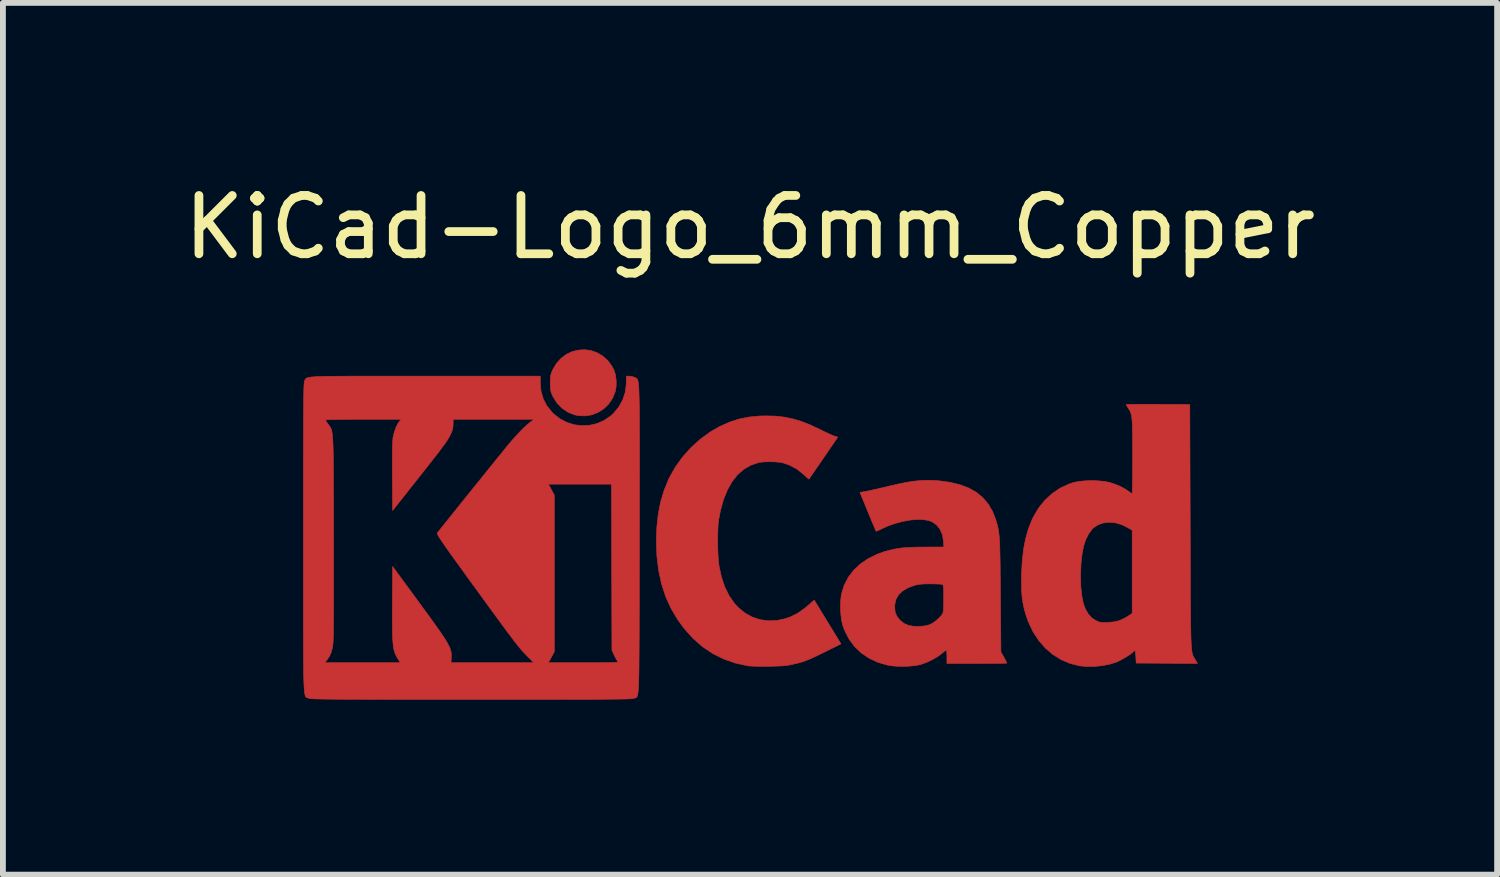
<source format=kicad_pcb>
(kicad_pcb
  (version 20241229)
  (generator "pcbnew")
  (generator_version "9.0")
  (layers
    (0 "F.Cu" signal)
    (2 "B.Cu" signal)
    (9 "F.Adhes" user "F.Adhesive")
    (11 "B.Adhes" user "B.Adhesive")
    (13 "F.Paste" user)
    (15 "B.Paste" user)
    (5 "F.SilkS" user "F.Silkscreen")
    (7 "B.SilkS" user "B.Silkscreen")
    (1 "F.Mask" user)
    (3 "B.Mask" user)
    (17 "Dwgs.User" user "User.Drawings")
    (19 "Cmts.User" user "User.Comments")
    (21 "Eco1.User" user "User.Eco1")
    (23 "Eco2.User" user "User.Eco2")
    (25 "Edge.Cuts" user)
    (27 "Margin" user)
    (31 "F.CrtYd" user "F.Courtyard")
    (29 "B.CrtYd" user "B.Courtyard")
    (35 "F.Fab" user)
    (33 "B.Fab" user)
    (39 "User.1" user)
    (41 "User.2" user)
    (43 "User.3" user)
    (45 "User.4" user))
  (footprint "KiCad-Logo_6mm_Copper"
    (layer "F.Cu")
    (at 9.815 5.928)
    (property "Reference" "KiCad-Logo_6mm_Copper" (at 0 -5.08 0) (layer "F.SilkS") (effects (font (size 1 1) (thickness 0.15))))
    (attr exclude_from_pos_files exclude_from_bom)
    (fp_poly (pts (xy -2.726 -2.964) (xy -2.623 -2.928) (xy -2.527 -2.871) (xy -2.441 -2.795) (xy -2.369 -2.697) (xy -2.336 -2.636) (xy -2.308 -2.55) (xy -2.295 -2.451) (xy -2.296 -2.35) (xy -2.313 -2.257) (xy -2.359 -2.145) (xy -2.425 -2.047) (xy -2.509 -1.966) (xy -2.606 -1.904) (xy -2.714 -1.862) (xy -2.829 -1.844) (xy -2.948 -1.849) (xy -3.007 -1.862) (xy -3.121 -1.906) (xy -3.222 -1.974) (xy -3.309 -2.063) (xy -3.377 -2.171) (xy -3.383 -2.183) (xy -3.403 -2.227) (xy -3.415 -2.265) (xy -3.422 -2.304) (xy -3.425 -2.355) (xy -3.426 -2.41) (xy -3.425 -2.476) (xy -3.421 -2.523) (xy -3.413 -2.562) (xy -3.399 -2.6) (xy -3.382 -2.639) (xy -3.318 -2.747) (xy -3.238 -2.834) (xy -3.147 -2.901) (xy -3.047 -2.948) (xy -2.941 -2.973) (xy -2.833 -2.979) (xy -2.726 -2.964)) (stroke (width 0.01) (type solid)) (fill yes) (layer "F.Cu"))
    (fp_poly (pts (xy 0.44 -1.84) (xy 0.588 -1.823) (xy 0.731 -1.794) (xy 0.876 -1.751) (xy 1.028 -1.692) (xy 1.192 -1.615) (xy 1.222 -1.6) (xy 1.29 -1.567) (xy 1.354 -1.537) (xy 1.408 -1.513) (xy 1.446 -1.498) (xy 1.451 -1.496) (xy 1.506 -1.48) (xy 1.26 -1.121) (xy 1.2 -1.033) (xy 1.144 -0.953) (xy 1.096 -0.883) (xy 1.057 -0.826) (xy 1.029 -0.785) (xy 1.013 -0.763) (xy 1.011 -0.759) (xy 1 -0.767) (xy 0.975 -0.789) (xy 0.939 -0.823) (xy 0.919 -0.841) (xy 0.806 -0.931) (xy 0.679 -0.999) (xy 0.57 -1.037) (xy 0.504 -1.049) (xy 0.422 -1.056) (xy 0.333 -1.058) (xy 0.247 -1.056) (xy 0.173 -1.048) (xy 0.144 -1.043) (xy 0.011 -0.997) (xy -0.108 -0.927) (xy -0.215 -0.834) (xy -0.308 -0.716) (xy -0.387 -0.575) (xy -0.454 -0.411) (xy -0.506 -0.223) (xy -0.537 -0.062) (xy -0.546 0.009) (xy -0.551 0.101) (xy -0.554 0.207) (xy -0.555 0.32) (xy -0.553 0.435) (xy -0.548 0.544) (xy -0.542 0.64) (xy -0.533 0.718) (xy -0.531 0.73) (xy -0.489 0.923) (xy -0.431 1.094) (xy -0.357 1.243) (xy -0.267 1.372) (xy -0.203 1.442) (xy -0.089 1.536) (xy 0.037 1.606) (xy 0.172 1.651) (xy 0.313 1.671) (xy 0.459 1.666) (xy 0.608 1.634) (xy 0.696 1.603) (xy 0.818 1.542) (xy 0.943 1.453) (xy 1.013 1.393) (xy 1.053 1.358) (xy 1.084 1.332) (xy 1.101 1.32) (xy 1.104 1.32) (xy 1.112 1.332) (xy 1.132 1.366) (xy 1.163 1.416) (xy 1.203 1.482) (xy 1.251 1.56) (xy 1.304 1.647) (xy 1.334 1.696) (xy 1.56 2.067) (xy 1.278 2.207) (xy 1.176 2.257) (xy 1.093 2.296) (xy 1.025 2.327) (xy 0.966 2.351) (xy 0.911 2.371) (xy 0.855 2.388) (xy 0.794 2.403) (xy 0.735 2.417) (xy 0.682 2.428) (xy 0.627 2.437) (xy 0.565 2.443) (xy 0.488 2.447) (xy 0.394 2.45) (xy 0.33 2.451) (xy 0.238 2.452) (xy 0.151 2.451) (xy 0.073 2.45) (xy 0.01 2.447) (xy -0.032 2.444) (xy -0.034 2.443) (xy -0.25 2.396) (xy -0.452 2.326) (xy -0.642 2.231) (xy -0.818 2.112) (xy -0.98 1.969) (xy -1.129 1.803) (xy -1.238 1.654) (xy -1.353 1.461) (xy -1.446 1.256) (xy -1.517 1.038) (xy -1.567 0.807) (xy -1.597 0.56) (xy -1.606 0.309) (xy -1.598 0.066) (xy -1.574 -0.158) (xy -1.533 -0.368) (xy -1.474 -0.565) (xy -1.396 -0.756) (xy -1.387 -0.776) (xy -1.284 -0.96) (xy -1.159 -1.135) (xy -1.013 -1.298) (xy -0.851 -1.445) (xy -0.676 -1.572) (xy -0.514 -1.665) (xy -0.349 -1.738) (xy -0.185 -1.791) (xy -0.013 -1.825) (xy 0.171 -1.842) (xy 0.281 -1.844) (xy 0.44 -1.84)) (stroke (width 0.01) (type solid)) (fill yes) (layer "F.Cu"))
    (fp_poly (pts (xy 6.842 -2.043) (xy 6.959 -2.043) (xy 6.999 -2.042) (xy 7.544 -2.039) (xy 7.551 0.055) (xy 7.552 0.339) (xy 7.553 0.597) (xy 7.554 0.83) (xy 7.555 1.039) (xy 7.555 1.227) (xy 7.556 1.393) (xy 7.557 1.54) (xy 7.559 1.669) (xy 7.56 1.782) (xy 7.562 1.879) (xy 7.564 1.961) (xy 7.567 2.031) (xy 7.57 2.09) (xy 7.574 2.138) (xy 7.578 2.177) (xy 7.582 2.209) (xy 7.588 2.235) (xy 7.594 2.257) (xy 7.601 2.274) (xy 7.609 2.29) (xy 7.618 2.305) (xy 7.627 2.32) (xy 7.638 2.337) (xy 7.64 2.341) (xy 7.676 2.403) (xy 7.15 2.399) (xy 6.625 2.396) (xy 6.618 2.28) (xy 6.614 2.225) (xy 6.61 2.193) (xy 6.605 2.18) (xy 6.597 2.183) (xy 6.59 2.19) (xy 6.561 2.217) (xy 6.514 2.251) (xy 6.456 2.289) (xy 6.392 2.326) (xy 6.33 2.359) (xy 6.283 2.38) (xy 6.171 2.415) (xy 6.044 2.44) (xy 5.909 2.454) (xy 5.777 2.455) (xy 5.656 2.444) (xy 5.654 2.444) (xy 5.49 2.402) (xy 5.335 2.336) (xy 5.193 2.247) (xy 5.065 2.137) (xy 4.951 2.006) (xy 4.854 1.856) (xy 4.775 1.689) (xy 4.731 1.565) (xy 4.703 1.462) (xy 4.682 1.361) (xy 4.667 1.258) (xy 4.659 1.146) (xy 4.656 1.019) (xy 4.658 0.915) (xy 5.671 0.915) (xy 5.675 1.089) (xy 5.691 1.239) (xy 5.716 1.366) (xy 5.754 1.471) (xy 5.803 1.555) (xy 5.864 1.621) (xy 5.934 1.668) (xy 5.971 1.685) (xy 6.003 1.695) (xy 6.038 1.7) (xy 6.086 1.701) (xy 6.137 1.699) (xy 6.238 1.69) (xy 6.318 1.672) (xy 6.343 1.664) (xy 6.4 1.638) (xy 6.461 1.605) (xy 6.487 1.589) (xy 6.556 1.544) (xy 6.556 0.117) (xy 6.48 0.072) (xy 6.375 0.021) (xy 6.268 -0.01) (xy 6.162 -0.019) (xy 6.061 -0.008) (xy 5.97 0.023) (xy 5.893 0.075) (xy 5.868 0.099) (xy 5.808 0.181) (xy 5.759 0.279) (xy 5.721 0.396) (xy 5.695 0.533) (xy 5.678 0.692) (xy 5.671 0.876) (xy 5.671 0.915) (xy 4.658 0.915) (xy 4.658 0.872) (xy 4.67 0.646) (xy 4.693 0.442) (xy 4.729 0.258) (xy 4.777 0.089) (xy 4.839 -0.066) (xy 4.861 -0.112) (xy 4.95 -0.262) (xy 5.058 -0.396) (xy 5.182 -0.51) (xy 5.319 -0.604) (xy 5.468 -0.674) (xy 5.557 -0.703) (xy 5.644 -0.72) (xy 5.749 -0.73) (xy 5.863 -0.734) (xy 5.977 -0.73) (xy 6.083 -0.719) (xy 6.167 -0.703) (xy 6.268 -0.67) (xy 6.366 -0.628) (xy 6.451 -0.58) (xy 6.497 -0.548) (xy 6.528 -0.525) (xy 6.55 -0.51) (xy 6.555 -0.508) (xy 6.557 -0.521) (xy 6.558 -0.559) (xy 6.559 -0.619) (xy 6.561 -0.699) (xy 6.562 -0.795) (xy 6.562 -0.906) (xy 6.563 -1.027) (xy 6.563 -1.151) (xy 6.563 -1.31) (xy 6.562 -1.444) (xy 6.561 -1.555) (xy 6.56 -1.647) (xy 6.557 -1.721) (xy 6.553 -1.781) (xy 6.548 -1.829) (xy 6.54 -1.867) (xy 6.531 -1.898) (xy 6.52 -1.925) (xy 6.507 -1.949) (xy 6.49 -1.975) (xy 6.488 -1.978) (xy 6.467 -2.011) (xy 6.455 -2.034) (xy 6.453 -2.039) (xy 6.466 -2.04) (xy 6.504 -2.041) (xy 6.563 -2.042) (xy 6.642 -2.043) (xy 6.735 -2.043) (xy 6.842 -2.043)) (stroke (width 0.01) (type solid)) (fill yes) (layer "F.Cu"))
    (fp_poly (pts (xy 3.168 -0.736) (xy 3.236 -0.731) (xy 3.43 -0.705) (xy 3.603 -0.663) (xy 3.753 -0.606) (xy 3.884 -0.532) (xy 3.994 -0.441) (xy 4.086 -0.333) (xy 4.16 -0.206) (xy 4.214 -0.069) (xy 4.227 -0.025) (xy 4.239 0.016) (xy 4.249 0.057) (xy 4.258 0.099) (xy 4.266 0.145) (xy 4.272 0.196) (xy 4.277 0.257) (xy 4.281 0.327) (xy 4.285 0.411) (xy 4.287 0.509) (xy 4.29 0.624) (xy 4.292 0.759) (xy 4.293 0.915) (xy 4.295 1.095) (xy 4.296 1.236) (xy 4.304 2.204) (xy 4.356 2.297) (xy 4.38 2.342) (xy 4.398 2.377) (xy 4.407 2.395) (xy 4.407 2.396) (xy 4.394 2.398) (xy 4.356 2.399) (xy 4.297 2.4) (xy 4.22 2.401) (xy 4.127 2.402) (xy 4.021 2.402) (xy 3.906 2.403) (xy 3.892 2.403) (xy 3.378 2.403) (xy 3.378 2.286) (xy 3.377 2.233) (xy 3.374 2.193) (xy 3.371 2.171) (xy 3.369 2.169) (xy 3.356 2.178) (xy 3.328 2.2) (xy 3.291 2.231) (xy 3.29 2.231) (xy 3.224 2.281) (xy 3.14 2.331) (xy 3.048 2.376) (xy 2.957 2.411) (xy 2.918 2.423) (xy 2.838 2.439) (xy 2.741 2.448) (xy 2.635 2.453) (xy 2.528 2.451) (xy 2.43 2.443) (xy 2.362 2.432) (xy 2.194 2.383) (xy 2.042 2.312) (xy 1.909 2.222) (xy 1.794 2.112) (xy 1.699 1.984) (xy 1.625 1.839) (xy 1.592 1.751) (xy 1.572 1.665) (xy 1.559 1.562) (xy 1.553 1.451) (xy 1.553 1.435) (xy 2.482 1.435) (xy 2.489 1.517) (xy 2.515 1.586) (xy 2.562 1.649) (xy 2.581 1.668) (xy 2.645 1.718) (xy 2.72 1.75) (xy 2.81 1.766) (xy 2.904 1.767) (xy 2.994 1.759) (xy 3.062 1.744) (xy 3.092 1.733) (xy 3.145 1.703) (xy 3.202 1.66) (xy 3.254 1.612) (xy 3.293 1.566) (xy 3.303 1.549) (xy 3.311 1.526) (xy 3.317 1.488) (xy 3.32 1.433) (xy 3.322 1.357) (xy 3.323 1.284) (xy 3.322 1.199) (xy 3.321 1.138) (xy 3.319 1.096) (xy 3.315 1.07) (xy 3.309 1.055) (xy 3.301 1.048) (xy 3.299 1.046) (xy 3.276 1.043) (xy 3.233 1.04) (xy 3.173 1.038) (xy 3.104 1.037) (xy 3.089 1.037) (xy 2.997 1.038) (xy 2.925 1.043) (xy 2.869 1.051) (xy 2.822 1.062) (xy 2.706 1.106) (xy 2.615 1.16) (xy 2.548 1.225) (xy 2.504 1.302) (xy 2.484 1.391) (xy 2.482 1.435) (xy 1.553 1.435) (xy 1.554 1.342) (xy 1.564 1.245) (xy 1.571 1.205) (xy 1.617 1.059) (xy 1.687 0.924) (xy 1.78 0.802) (xy 1.895 0.695) (xy 2.03 0.603) (xy 2.183 0.528) (xy 2.313 0.482) (xy 2.401 0.459) (xy 2.484 0.44) (xy 2.569 0.426) (xy 2.661 0.416) (xy 2.765 0.41) (xy 2.888 0.407) (xy 2.998 0.406) (xy 3.326 0.405) (xy 3.319 0.307) (xy 3.302 0.2) (xy 3.264 0.108) (xy 3.207 0.033) (xy 3.134 -0.022) (xy 3.07 -0.048) (xy 2.977 -0.065) (xy 2.867 -0.068) (xy 2.745 -0.057) (xy 2.615 -0.033) (xy 2.483 0.003) (xy 2.354 0.049) (xy 2.261 0.092) (xy 2.216 0.114) (xy 2.181 0.129) (xy 2.164 0.135) (xy 2.163 0.135) (xy 2.157 0.121) (xy 2.142 0.086) (xy 2.119 0.032) (xy 2.09 -0.037) (xy 2.056 -0.118) (xy 2.022 -0.201) (xy 1.886 -0.532) (xy 1.983 -0.548) (xy 2.025 -0.556) (xy 2.088 -0.57) (xy 2.167 -0.587) (xy 2.257 -0.608) (xy 2.351 -0.63) (xy 2.389 -0.64) (xy 2.552 -0.677) (xy 2.694 -0.706) (xy 2.822 -0.725) (xy 2.939 -0.736) (xy 3.053 -0.74) (xy 3.168 -0.736)) (stroke (width 0.01) (type solid)) (fill yes) (layer "F.Cu"))
    (fp_poly (pts (xy -5.956 -2.526) (xy -5.691 -2.526) (xy -5.568 -2.526) (xy -3.597 -2.526) (xy -3.597 -2.41) (xy -3.585 -2.269) (xy -3.547 -2.138) (xy -3.485 -2.018) (xy -3.396 -1.907) (xy -3.366 -1.877) (xy -3.258 -1.793) (xy -3.14 -1.731) (xy -3.013 -1.692) (xy -2.883 -1.676) (xy -2.752 -1.683) (xy -2.625 -1.712) (xy -2.504 -1.765) (xy -2.393 -1.84) (xy -2.343 -1.886) (xy -2.25 -1.997) (xy -2.182 -2.12) (xy -2.139 -2.252) (xy -2.122 -2.392) (xy -2.122 -2.406) (xy -2.121 -2.526) (xy -2.068 -2.526) (xy -2.022 -2.52) (xy -1.979 -2.504) (xy -1.976 -2.503) (xy -1.966 -2.498) (xy -1.957 -2.494) (xy -1.949 -2.49) (xy -1.942 -2.485) (xy -1.935 -2.477) (xy -1.929 -2.467) (xy -1.924 -2.451) (xy -1.919 -2.43) (xy -1.915 -2.402) (xy -1.911 -2.366) (xy -1.908 -2.321) (xy -1.905 -2.266) (xy -1.903 -2.199) (xy -1.901 -2.12) (xy -1.899 -2.027) (xy -1.898 -1.919) (xy -1.897 -1.795) (xy -1.897 -1.654) (xy -1.896 -1.495) (xy -1.896 -1.317) (xy -1.896 -1.118) (xy -1.896 -0.897) (xy -1.897 -0.654) (xy -1.897 -0.386) (xy -1.897 -0.094) (xy -1.898 0.224) (xy -1.898 0.263) (xy -1.898 0.584) (xy -1.899 0.878) (xy -1.899 1.147) (xy -1.899 1.392) (xy -1.9 1.614) (xy -1.9 1.814) (xy -1.901 1.994) (xy -1.902 2.154) (xy -1.903 2.296) (xy -1.904 2.421) (xy -1.905 2.529) (xy -1.907 2.623) (xy -1.909 2.702) (xy -1.911 2.769) (xy -1.914 2.825) (xy -1.918 2.87) (xy -1.921 2.906) (xy -1.926 2.934) (xy -1.931 2.954) (xy -1.936 2.969) (xy -1.942 2.979) (xy -1.949 2.986) (xy -1.956 2.99) (xy -1.965 2.993) (xy -1.974 2.995) (xy -1.983 2.999) (xy -1.986 3) (xy -1.993 3.002) (xy -2.006 3.005) (xy -2.025 3.007) (xy -2.051 3.009) (xy -2.085 3.01) (xy -2.129 3.012) (xy -2.184 3.013) (xy -2.25 3.014) (xy -2.329 3.015) (xy -2.422 3.016) (xy -2.53 3.017) (xy -2.654 3.018) (xy -2.795 3.019) (xy -2.955 3.019) (xy -3.134 3.019) (xy -3.333 3.02) (xy -3.554 3.02) (xy -3.798 3.02) (xy -4.066 3.02) (xy -4.358 3.02) (xy -4.677 3.02) (xy -4.78 3.02) (xy -5.106 3.02) (xy -5.405 3.02) (xy -5.679 3.02) (xy -5.929 3.02) (xy -6.156 3.02) (xy -6.361 3.019) (xy -6.545 3.019) (xy -6.71 3.018) (xy -6.856 3.018) (xy -6.984 3.017) (xy -7.097 3.016) (xy -7.194 3.015) (xy -7.277 3.014) (xy -7.347 3.013) (xy -7.405 3.012) (xy -7.453 3.011) (xy -7.491 3.009) (xy -7.52 3.007) (xy -7.542 3.005) (xy -7.558 3.003) (xy -7.569 3.001) (xy -7.574 2.998) (xy -7.585 2.994) (xy -7.594 2.991) (xy -7.603 2.988) (xy -7.611 2.983) (xy -7.618 2.977) (xy -7.624 2.967) (xy -7.63 2.952) (xy -7.635 2.932) (xy -7.64 2.905) (xy -7.644 2.87) (xy -7.647 2.826) (xy -7.65 2.772) (xy -7.653 2.706) (xy -7.655 2.628) (xy -7.657 2.536) (xy -7.658 2.43) (xy -7.658 2.389) (xy -7.292 2.389) (xy -5.997 2.389) (xy -6.022 2.351) (xy -6.046 2.312) (xy -6.067 2.275) (xy -6.085 2.238) (xy -6.099 2.197) (xy -6.111 2.15) (xy -6.119 2.094) (xy -6.126 2.028) (xy -6.13 1.948) (xy -6.133 1.852) (xy -6.135 1.736) (xy -6.135 1.6) (xy -6.134 1.439) (xy -6.134 1.379) (xy -6.13 0.74) (xy -5.725 1.291) (xy -5.611 1.448) (xy -5.511 1.584) (xy -5.426 1.702) (xy -5.354 1.803) (xy -5.294 1.889) (xy -5.245 1.963) (xy -5.206 2.025) (xy -5.177 2.078) (xy -5.154 2.123) (xy -5.139 2.163) (xy -5.129 2.198) (xy -5.124 2.231) (xy -5.123 2.264) (xy -5.123 2.299) (xy -5.124 2.303) (xy -5.128 2.389) (xy -3.709 2.389) (xy -3.814 2.283) (xy -3.843 2.253) (xy -3.87 2.225) (xy -3.897 2.196) (xy -3.925 2.165) (xy -3.955 2.129) (xy -3.988 2.088) (xy -4.026 2.041) (xy -4.069 1.984) (xy -4.119 1.917) (xy -4.178 1.839) (xy -4.245 1.748) (xy -4.323 1.641) (xy -4.413 1.518) (xy -4.516 1.378) (xy -4.632 1.217) (xy -4.728 1.086) (xy -4.848 0.921) (xy -4.952 0.776) (xy -5.043 0.651) (xy -5.12 0.544) (xy -5.184 0.454) (xy -5.237 0.379) (xy -5.279 0.317) (xy -5.312 0.269) (xy -5.336 0.231) (xy -5.352 0.203) (xy -5.362 0.184) (xy -5.365 0.172) (xy -5.364 0.165) (xy -5.351 0.148) (xy -5.322 0.112) (xy -5.279 0.058) (xy -5.225 -0.01) (xy -5.16 -0.091) (xy -5.086 -0.183) (xy -5.006 -0.283) (xy -4.921 -0.389) (xy -4.832 -0.499) (xy -4.742 -0.611) (xy -4.692 -0.673) (xy -3.459 -0.673) (xy -3.408 -0.58) (xy -3.357 -0.487) (xy -3.357 2.204) (xy -3.408 2.296) (xy -3.459 2.389) (xy -2.853 2.389) (xy -2.709 2.389) (xy -2.589 2.389) (xy -2.493 2.388) (xy -2.417 2.388) (xy -2.359 2.386) (xy -2.317 2.385) (xy -2.289 2.382) (xy -2.273 2.379) (xy -2.266 2.375) (xy -2.265 2.37) (xy -2.269 2.365) (xy -2.27 2.365) (xy -2.287 2.34) (xy -2.31 2.299) (xy -2.33 2.258) (xy -2.368 2.176) (xy -2.376 -0.673) (xy -3.459 -0.673) (xy -4.692 -0.673) (xy -4.651 -0.723) (xy -4.563 -0.832) (xy -4.479 -0.937) (xy -4.4 -1.035) (xy -4.328 -1.124) (xy -4.264 -1.202) (xy -4.212 -1.267) (xy -4.172 -1.317) (xy -4.148 -1.346) (xy -4.056 -1.453) (xy -3.968 -1.55) (xy -3.886 -1.634) (xy -3.814 -1.701) (xy -3.763 -1.741) (xy -3.703 -1.785) (xy -5.092 -1.785) (xy -5.092 -1.703) (xy -5.096 -1.643) (xy -5.11 -1.588) (xy -5.133 -1.535) (xy -5.148 -1.505) (xy -5.163 -1.476) (xy -5.182 -1.445) (xy -5.204 -1.41) (xy -5.232 -1.369) (xy -5.267 -1.322) (xy -5.31 -1.264) (xy -5.362 -1.195) (xy -5.426 -1.113) (xy -5.503 -1.015) (xy -5.593 -0.9) (xy -5.7 -0.765) (xy -5.712 -0.75) (xy -6.13 -0.221) (xy -6.134 -0.807) (xy -6.135 -0.983) (xy -6.135 -1.131) (xy -6.134 -1.254) (xy -6.132 -1.35) (xy -6.128 -1.421) (xy -6.124 -1.467) (xy -6.123 -1.475) (xy -6.101 -1.567) (xy -6.071 -1.649) (xy -6.038 -1.716) (xy -6.018 -1.744) (xy -5.984 -1.785) (xy -6.638 -1.785) (xy -6.794 -1.785) (xy -6.924 -1.784) (xy -7.031 -1.784) (xy -7.116 -1.782) (xy -7.182 -1.781) (xy -7.229 -1.779) (xy -7.26 -1.776) (xy -7.277 -1.773) (xy -7.282 -1.769) (xy -7.282 -1.768) (xy -7.268 -1.747) (xy -7.245 -1.714) (xy -7.233 -1.697) (xy -7.22 -1.68) (xy -7.209 -1.665) (xy -7.199 -1.65) (xy -7.19 -1.635) (xy -7.183 -1.616) (xy -7.176 -1.593) (xy -7.17 -1.565) (xy -7.165 -1.53) (xy -7.161 -1.486) (xy -7.157 -1.432) (xy -7.154 -1.367) (xy -7.151 -1.288) (xy -7.149 -1.196) (xy -7.148 -1.087) (xy -7.147 -0.961) (xy -7.146 -0.816) (xy -7.145 -0.651) (xy -7.144 -0.464) (xy -7.144 -0.253) (xy -7.143 -0.018) (xy -7.143 0.198) (xy -7.142 0.439) (xy -7.142 0.668) (xy -7.142 0.885) (xy -7.142 1.089) (xy -7.142 1.276) (xy -7.143 1.447) (xy -7.144 1.6) (xy -7.145 1.732) (xy -7.146 1.844) (xy -7.148 1.932) (xy -7.149 1.996) (xy -7.151 2.035) (xy -7.151 2.039) (xy -7.163 2.132) (xy -7.182 2.207) (xy -7.211 2.273) (xy -7.253 2.337) (xy -7.258 2.344) (xy -7.292 2.389) (xy -7.658 2.389) (xy -7.659 2.307) (xy -7.66 2.168) (xy -7.66 2.011) (xy -7.661 1.834) (xy -7.661 1.636) (xy -7.661 1.418) (xy -7.661 1.176) (xy -7.661 0.911) (xy -7.661 0.62) (xy -7.661 0.304) (xy -7.661 0.241) (xy -7.661 -0.079) (xy -7.661 -0.372) (xy -7.661 -0.641) (xy -7.661 -0.885) (xy -7.661 -1.106) (xy -7.66 -1.305) (xy -7.66 -1.484) (xy -7.659 -1.643) (xy -7.659 -1.784) (xy -7.658 -1.907) (xy -7.657 -2.015) (xy -7.656 -2.107) (xy -7.655 -2.185) (xy -7.654 -2.25) (xy -7.653 -2.304) (xy -7.651 -2.347) (xy -7.649 -2.381) (xy -7.647 -2.406) (xy -7.645 -2.425) (xy -7.643 -2.437) (xy -7.64 -2.444) (xy -7.64 -2.444) (xy -7.635 -2.455) (xy -7.631 -2.466) (xy -7.626 -2.475) (xy -7.62 -2.483) (xy -7.61 -2.49) (xy -7.596 -2.496) (xy -7.576 -2.502) (xy -7.549 -2.507) (xy -7.514 -2.511) (xy -7.469 -2.515) (xy -7.413 -2.518) (xy -7.345 -2.52) (xy -7.263 -2.522) (xy -7.166 -2.523) (xy -7.052 -2.524) (xy -6.921 -2.525) (xy -6.771 -2.526) (xy -6.601 -2.526) (xy -6.409 -2.526) (xy -6.195 -2.526) (xy -5.956 -2.526)) (stroke (width 0.01) (type solid)) (fill yes) (layer "F.Cu")))
  (gr_rect
    (start -3 -3)
    (end 22.631 11.953)
    (stroke (width 0.1) (type default))
    (fill no)
    (layer "Edge.Cuts")))
</source>
